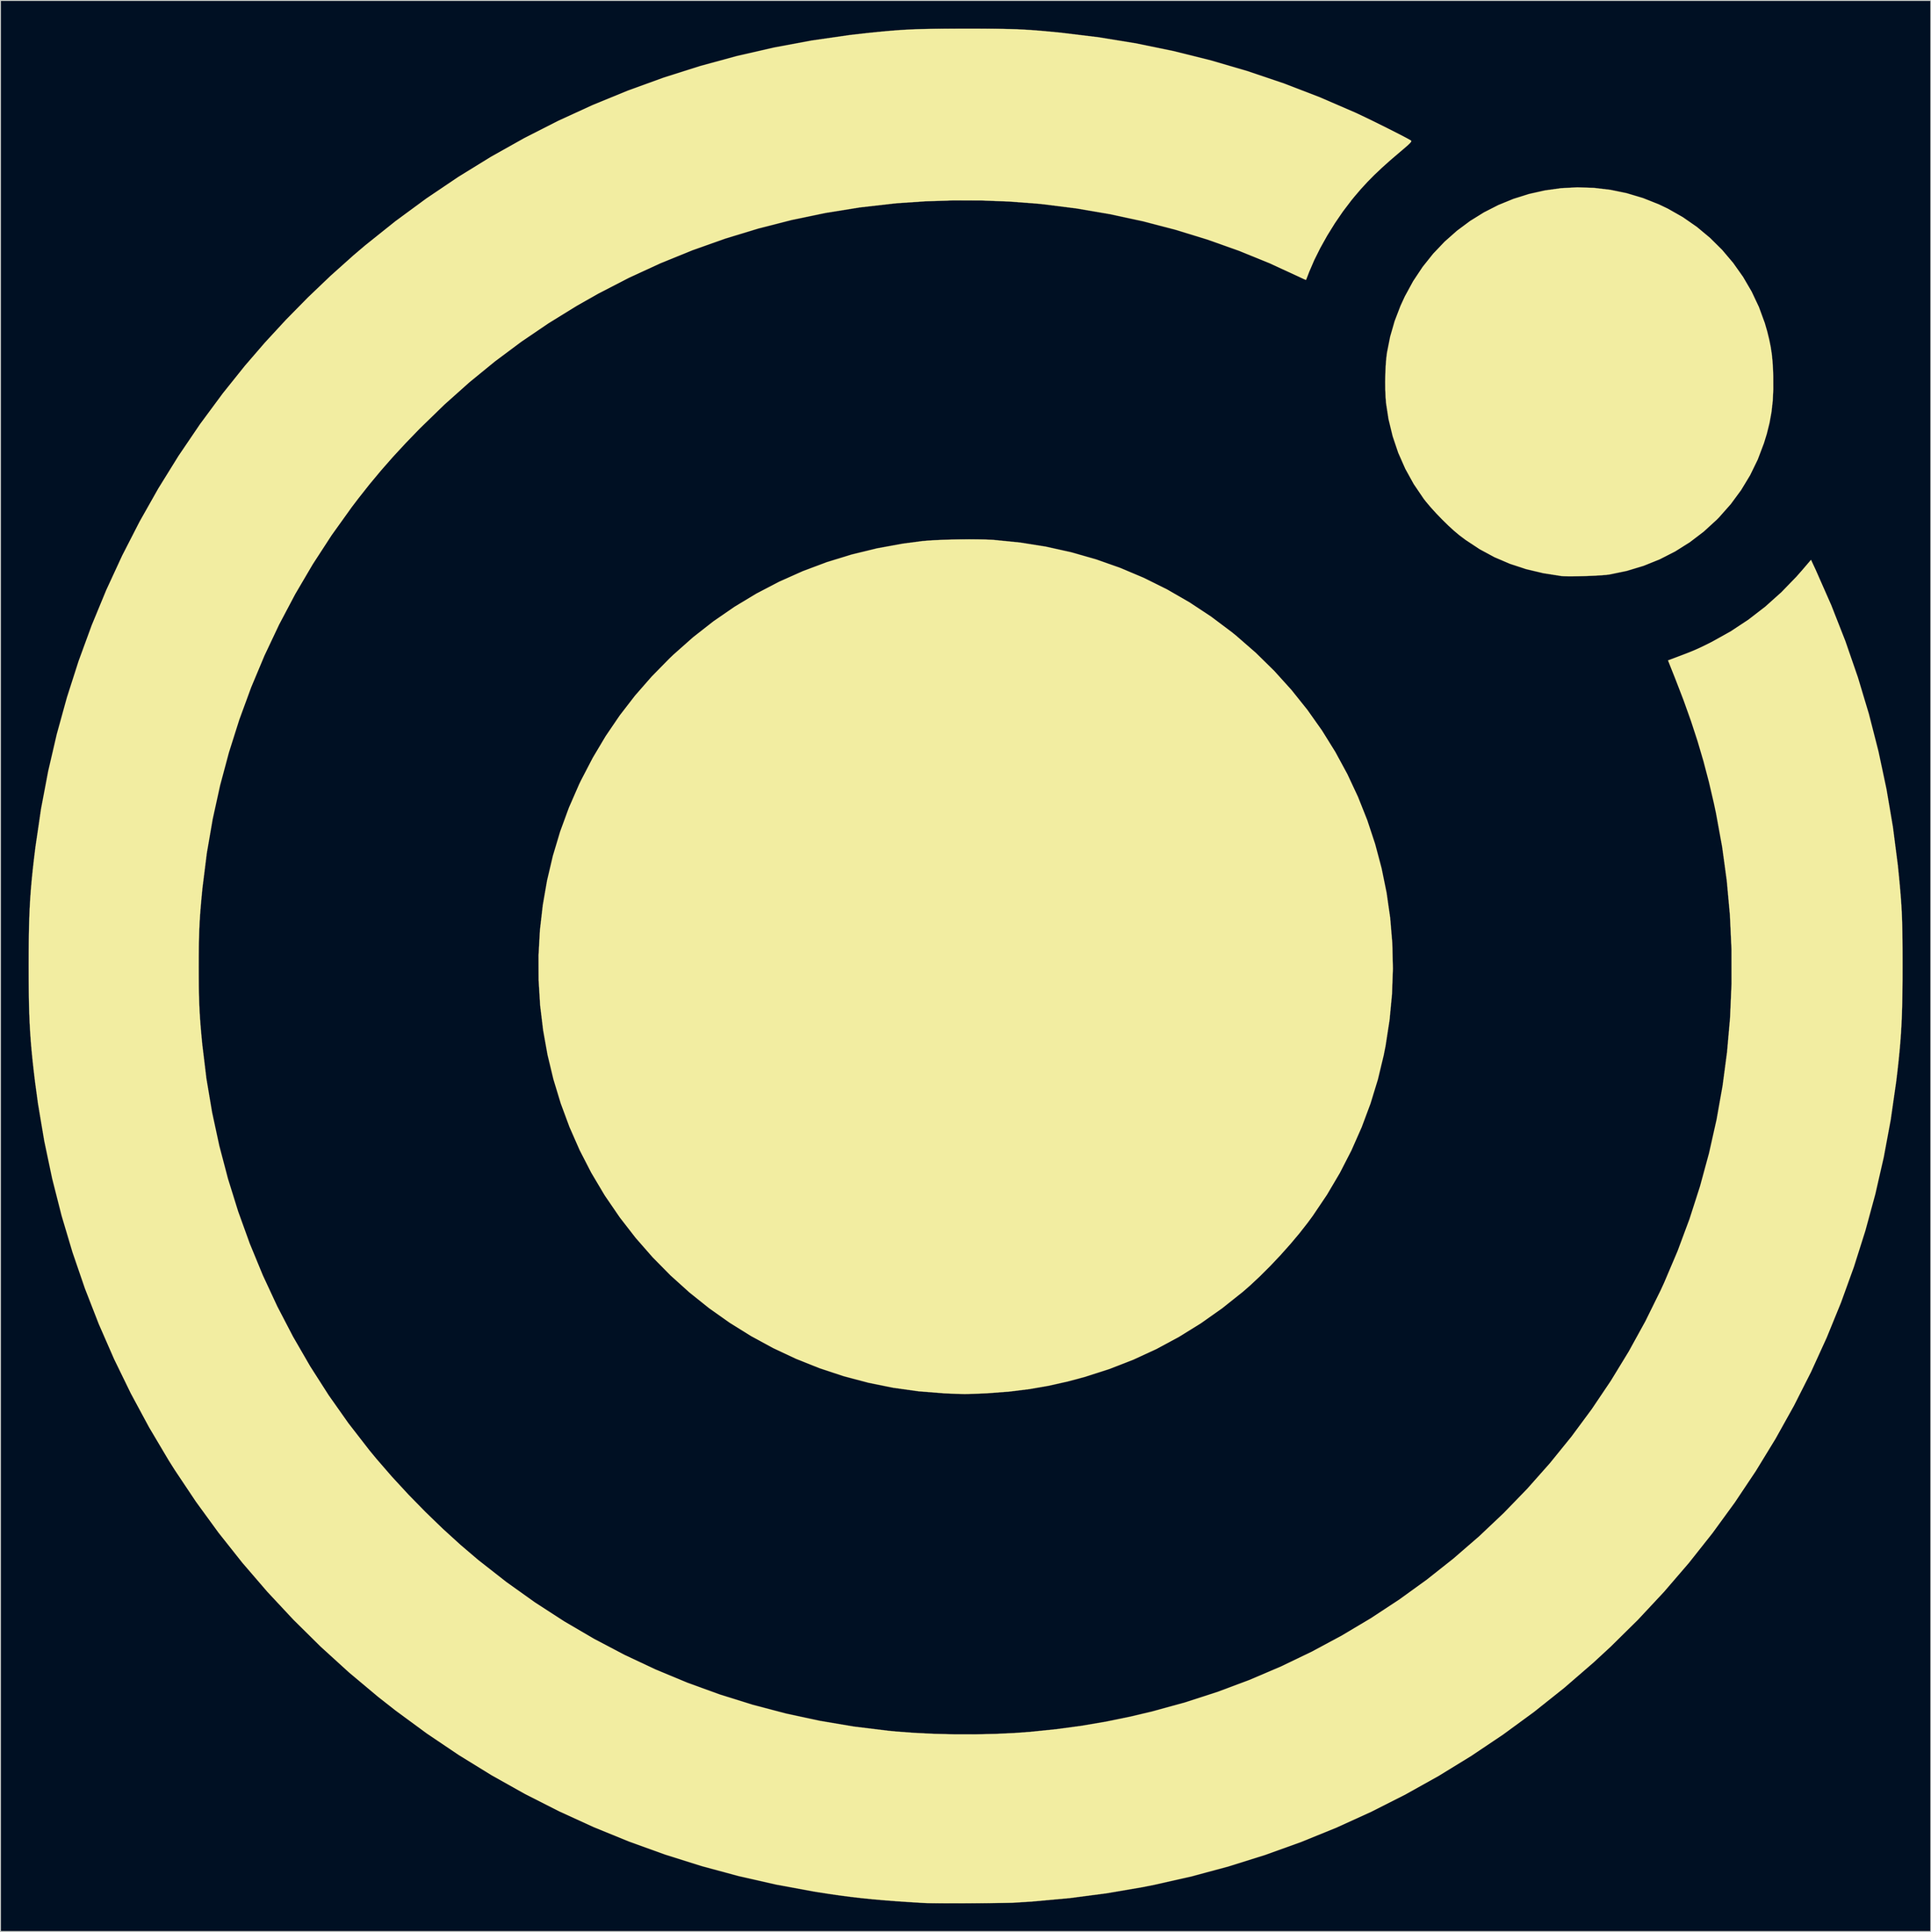
<source format=kicad_pcb>
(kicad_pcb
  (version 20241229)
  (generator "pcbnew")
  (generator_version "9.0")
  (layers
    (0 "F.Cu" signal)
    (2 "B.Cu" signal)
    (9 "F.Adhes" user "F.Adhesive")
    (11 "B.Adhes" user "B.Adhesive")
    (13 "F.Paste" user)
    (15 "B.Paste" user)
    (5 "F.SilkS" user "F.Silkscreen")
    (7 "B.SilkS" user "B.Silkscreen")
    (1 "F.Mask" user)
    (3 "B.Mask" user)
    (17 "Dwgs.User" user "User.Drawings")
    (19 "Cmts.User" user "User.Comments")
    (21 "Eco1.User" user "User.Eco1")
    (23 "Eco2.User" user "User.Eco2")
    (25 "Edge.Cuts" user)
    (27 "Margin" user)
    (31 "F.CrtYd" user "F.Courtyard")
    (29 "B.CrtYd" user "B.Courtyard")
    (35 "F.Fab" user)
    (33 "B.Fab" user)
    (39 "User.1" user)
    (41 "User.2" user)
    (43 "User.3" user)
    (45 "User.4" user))
  (footprint "ionic_20x20_F"
    (layer "F.Cu")
    (at 99.869 99.867)
    (property "Reference" "ionic_20x20_F" (at 0 0 0) (layer "F.SilkS") (effects (font (size 1.524 1.524) (thickness 0.3))))
    (attr through_hole)
    (fp_poly (pts (xy 66.952 -82.9) (xy 68.706 -82.694) (xy 70.454 -82.333) (xy 72.187 -81.816) (xy 73.894 -81.139) (xy 74.859 -80.677) (xy 76.449 -79.773) (xy 77.948 -78.732) (xy 79.347 -77.566) (xy 80.638 -76.285) (xy 81.812 -74.898) (xy 82.862 -73.416) (xy 83.778 -71.85) (xy 84.553 -70.208) (xy 85.179 -68.503) (xy 85.437 -67.613) (xy 85.648 -66.759) (xy 85.81 -65.966) (xy 85.929 -65.185) (xy 86.01 -64.368) (xy 86.062 -63.463) (xy 86.083 -62.796) (xy 86.087 -61.429) (xy 86.026 -60.178) (xy 85.894 -59) (xy 85.685 -57.85) (xy 85.394 -56.687) (xy 85.088 -55.69) (xy 84.426 -53.945) (xy 83.614 -52.28) (xy 82.656 -50.697) (xy 81.552 -49.2) (xy 80.306 -47.793) (xy 80.055 -47.538) (xy 78.673 -46.274) (xy 77.193 -45.146) (xy 75.624 -44.159) (xy 73.974 -43.318) (xy 72.252 -42.625) (xy 70.466 -42.086) (xy 68.625 -41.704) (xy 68.58 -41.697) (xy 68.248 -41.657) (xy 67.788 -41.62) (xy 67.233 -41.586) (xy 66.617 -41.557) (xy 65.972 -41.534) (xy 65.332 -41.518) (xy 64.731 -41.509) (xy 64.201 -41.509) (xy 63.775 -41.52) (xy 63.5 -41.539) (xy 61.572 -41.841) (xy 59.746 -42.274) (xy 58.014 -42.843) (xy 56.365 -43.549) (xy 54.792 -44.398) (xy 53.285 -45.393) (xy 52.62 -45.893) (xy 52.066 -46.357) (xy 51.449 -46.921) (xy 50.805 -47.551) (xy 50.17 -48.209) (xy 49.578 -48.86) (xy 49.066 -49.467) (xy 48.82 -49.784) (xy 47.77 -51.332) (xy 46.869 -52.961) (xy 46.117 -54.663) (xy 45.52 -56.431) (xy 45.078 -58.257) (xy 44.821 -59.913) (xy 44.763 -60.592) (xy 44.73 -61.382) (xy 44.722 -62.237) (xy 44.737 -63.109) (xy 44.775 -63.95) (xy 44.835 -64.715) (xy 44.911 -65.32) (xy 45.253 -67.044) (xy 45.73 -68.7) (xy 46.353 -70.325) (xy 46.817 -71.332) (xy 47.705 -72.961) (xy 48.715 -74.479) (xy 49.836 -75.883) (xy 51.06 -77.169) (xy 52.378 -78.334) (xy 53.78 -79.376) (xy 55.258 -80.292) (xy 56.802 -81.078) (xy 58.404 -81.731) (xy 60.053 -82.248) (xy 61.742 -82.627) (xy 63.461 -82.864) (xy 65.201 -82.956) (xy 66.952 -82.9)) (stroke (width 0.01) (type solid)) (fill yes) (layer "F.SilkS"))
    (fp_poly (pts (xy 1.246 -45.447) (xy 2.064 -45.431) (xy 2.769 -45.403) (xy 3.006 -45.388) (xy 5.803 -45.11) (xy 8.554 -44.671) (xy 11.255 -44.072) (xy 13.9 -43.316) (xy 16.486 -42.404) (xy 19.007 -41.338) (xy 21.46 -40.12) (xy 23.839 -38.751) (xy 26.14 -37.234) (xy 28.359 -35.57) (xy 28.834 -35.186) (xy 30.931 -33.359) (xy 32.897 -31.429) (xy 34.73 -29.401) (xy 36.427 -27.281) (xy 37.987 -25.077) (xy 39.407 -22.793) (xy 40.686 -20.437) (xy 41.82 -18.014) (xy 42.808 -15.531) (xy 43.647 -12.994) (xy 44.336 -10.408) (xy 44.872 -7.78) (xy 45.254 -5.117) (xy 45.478 -2.424) (xy 45.543 0.292) (xy 45.446 3.026) (xy 45.186 5.77) (xy 44.76 8.52) (xy 44.562 9.525) (xy 43.94 12.108) (xy 43.156 14.667) (xy 42.214 17.189) (xy 41.122 19.659) (xy 39.886 22.065) (xy 38.511 24.392) (xy 37.004 26.628) (xy 36.46 27.368) (xy 35.577 28.496) (xy 34.597 29.661) (xy 33.551 30.832) (xy 32.469 31.977) (xy 31.382 33.061) (xy 30.321 34.054) (xy 29.549 34.728) (xy 27.339 36.486) (xy 25.071 38.086) (xy 22.741 39.53) (xy 20.345 40.821) (xy 17.876 41.96) (xy 15.33 42.951) (xy 12.703 43.796) (xy 10.9 44.28) (xy 8.844 44.74) (xy 6.792 45.097) (xy 4.697 45.356) (xy 2.513 45.524) (xy 2.032 45.548) (xy 1.36 45.579) (xy 0.809 45.601) (xy 0.336 45.614) (xy -0.099 45.618) (xy -0.538 45.613) (xy -1.022 45.599) (xy -1.592 45.575) (xy -2.286 45.543) (xy -5.022 45.328) (xy -7.723 44.95) (xy -10.382 44.412) (xy -12.995 43.718) (xy -15.554 42.872) (xy -18.053 41.876) (xy -20.486 40.736) (xy -22.848 39.453) (xy -25.132 38.033) (xy -27.331 36.478) (xy -29.44 34.791) (xy -31.453 32.978) (xy -33.363 31.04) (xy -35.164 28.983) (xy -36.851 26.809) (xy -38.417 24.521) (xy -38.504 24.384) (xy -39.893 22.047) (xy -41.131 19.641) (xy -42.216 17.175) (xy -43.149 14.656) (xy -43.929 12.091) (xy -44.555 9.49) (xy -45.027 6.859) (xy -45.346 4.207) (xy -45.509 1.541) (xy -45.517 -1.131) (xy -45.37 -3.801) (xy -45.066 -6.462) (xy -44.606 -9.105) (xy -43.989 -11.723) (xy -43.215 -14.307) (xy -42.283 -16.851) (xy -41.192 -19.347) (xy -41.009 -19.727) (xy -39.741 -22.166) (xy -38.362 -24.482) (xy -36.862 -26.687) (xy -35.233 -28.796) (xy -33.465 -30.819) (xy -31.548 -32.771) (xy -31.124 -33.175) (xy -29.048 -35.014) (xy -26.88 -36.712) (xy -24.624 -38.266) (xy -22.284 -39.676) (xy -19.863 -40.938) (xy -17.366 -42.053) (xy -14.795 -43.017) (xy -12.154 -43.829) (xy -9.448 -44.489) (xy -6.68 -44.993) (xy -4.657 -45.258) (xy -4.04 -45.313) (xy -3.289 -45.36) (xy -2.439 -45.398) (xy -1.526 -45.426) (xy -0.583 -45.444) (xy 0.352 -45.452) (xy 1.246 -45.447)) (stroke (width 0.01) (type solid)) (fill yes) (layer "F.SilkS"))
    (fp_poly (pts (xy 1.138 -99.862) (xy 2.215 -99.858) (xy 3.169 -99.851) (xy 4.021 -99.838) (xy 4.797 -99.82) (xy 5.517 -99.796) (xy 6.206 -99.763) (xy 6.887 -99.722) (xy 7.581 -99.671) (xy 8.313 -99.61) (xy 9.105 -99.537) (xy 9.979 -99.452) (xy 10.134 -99.436) (xy 14.169 -98.948) (xy 18.182 -98.293) (xy 22.167 -97.473) (xy 26.118 -96.489) (xy 30.029 -95.344) (xy 33.892 -94.039) (xy 37.702 -92.575) (xy 41.452 -90.956) (xy 41.614 -90.882) (xy 42.071 -90.668) (xy 42.601 -90.416) (xy 43.182 -90.135) (xy 43.795 -89.834) (xy 44.42 -89.525) (xy 45.037 -89.216) (xy 45.627 -88.919) (xy 46.169 -88.642) (xy 46.644 -88.396) (xy 47.032 -88.191) (xy 47.313 -88.037) (xy 47.467 -87.943) (xy 47.485 -87.928) (xy 47.506 -87.874) (xy 47.468 -87.789) (xy 47.358 -87.659) (xy 47.162 -87.469) (xy 46.865 -87.207) (xy 46.455 -86.857) (xy 46.303 -86.729) (xy 45.28 -85.855) (xy 44.376 -85.046) (xy 43.565 -84.278) (xy 42.824 -83.528) (xy 42.127 -82.77) (xy 41.451 -81.98) (xy 41.098 -81.547) (xy 40.209 -80.376) (xy 39.349 -79.118) (xy 38.539 -77.811) (xy 37.8 -76.489) (xy 37.153 -75.19) (xy 36.62 -73.95) (xy 36.568 -73.814) (xy 36.446 -73.499) (xy 36.35 -73.252) (xy 36.291 -73.109) (xy 36.282 -73.088) (xy 36.204 -73.113) (xy 36.008 -73.199) (xy 35.73 -73.329) (xy 35.553 -73.415) (xy 32.391 -74.872) (xy 29.132 -76.196) (xy 25.791 -77.384) (xy 22.38 -78.432) (xy 18.913 -79.336) (xy 15.404 -80.093) (xy 11.867 -80.699) (xy 8.314 -81.149) (xy 7.493 -81.231) (xy 4.625 -81.444) (xy 1.67 -81.554) (xy -1.327 -81.561) (xy -4.317 -81.465) (xy -7.254 -81.266) (xy -7.62 -81.233) (xy -11.288 -80.813) (xy -14.928 -80.227) (xy -18.535 -79.477) (xy -22.102 -78.564) (xy -25.625 -77.491) (xy -29.097 -76.259) (xy -32.512 -74.87) (xy -35.866 -73.327) (xy -39.152 -71.63) (xy -41.439 -70.334) (xy -44.454 -68.474) (xy -47.358 -66.502) (xy -50.166 -64.408) (xy -52.891 -62.182) (xy -55.545 -59.813) (xy -58.142 -57.291) (xy -58.21 -57.222) (xy -59.673 -55.71) (xy -61.024 -54.25) (xy -62.295 -52.803) (xy -63.52 -51.334) (xy -64.729 -49.803) (xy -65.42 -48.895) (xy -67.574 -45.889) (xy -69.584 -42.797) (xy -71.449 -39.624) (xy -73.167 -36.376) (xy -74.735 -33.059) (xy -76.152 -29.678) (xy -77.414 -26.24) (xy -78.519 -22.75) (xy -79.466 -19.214) (xy -80.252 -15.637) (xy -80.875 -12.025) (xy -81.332 -8.385) (xy -81.358 -8.128) (xy -81.454 -7.128) (xy -81.533 -6.228) (xy -81.597 -5.394) (xy -81.646 -4.593) (xy -81.683 -3.79) (xy -81.709 -2.953) (xy -81.726 -2.047) (xy -81.735 -1.04) (xy -81.738 0.102) (xy -81.738 0.127) (xy -81.735 1.261) (xy -81.727 2.26) (xy -81.711 3.158) (xy -81.685 3.987) (xy -81.649 4.783) (xy -81.601 5.579) (xy -81.539 6.409) (xy -81.461 7.306) (xy -81.367 8.306) (xy -81.359 8.382) (xy -80.921 11.999) (xy -80.317 15.592) (xy -79.55 19.154) (xy -78.623 22.679) (xy -77.539 26.16) (xy -76.3 29.59) (xy -74.91 32.963) (xy -73.371 36.271) (xy -71.686 39.509) (xy -69.858 42.67) (xy -67.89 45.746) (xy -65.784 48.732) (xy -63.543 51.62) (xy -62.787 52.536) (xy -61.144 54.431) (xy -59.394 56.326) (xy -57.571 58.19) (xy -55.707 59.991) (xy -53.832 61.696) (xy -51.979 63.275) (xy -51.901 63.339) (xy -48.948 65.65) (xy -45.914 67.815) (xy -42.802 69.831) (xy -39.614 71.697) (xy -36.356 73.412) (xy -33.031 74.975) (xy -29.643 76.383) (xy -26.195 77.635) (xy -22.69 78.73) (xy -19.134 79.666) (xy -15.529 80.441) (xy -11.88 81.054) (xy -8.189 81.504) (xy -7.493 81.57) (xy -5.464 81.723) (xy -3.334 81.826) (xy -1.149 81.878) (xy 1.047 81.88) (xy 3.208 81.832) (xy 5.289 81.733) (xy 6.9 81.614) (xy 9.664 81.332) (xy 12.328 80.974) (xy 14.947 80.53) (xy 17.575 79.99) (xy 19.842 79.454) (xy 23.385 78.481) (xy 26.867 77.353) (xy 30.284 76.073) (xy 33.63 74.644) (xy 36.902 73.07) (xy 40.095 71.355) (xy 43.205 69.503) (xy 46.227 67.516) (xy 49.158 65.399) (xy 51.992 63.156) (xy 54.726 60.789) (xy 57.355 58.303) (xy 59.875 55.702) (xy 62.281 52.988) (xy 64.569 50.166) (xy 66.735 47.239) (xy 68.775 44.21) (xy 70.683 41.085) (xy 72.456 37.865) (xy 74.089 34.555) (xy 74.453 33.762) (xy 75.885 30.395) (xy 77.161 26.968) (xy 78.279 23.49) (xy 79.238 19.967) (xy 80.039 16.404) (xy 80.68 12.809) (xy 81.16 9.189) (xy 81.48 5.55) (xy 81.637 1.899) (xy 81.633 -1.758) (xy 81.465 -5.415) (xy 81.133 -9.063) (xy 80.637 -12.697) (xy 79.976 -16.311) (xy 79.753 -17.357) (xy 79.227 -19.608) (xy 78.655 -21.784) (xy 78.025 -23.926) (xy 77.324 -26.074) (xy 76.54 -28.271) (xy 75.69 -30.478) (xy 74.867 -32.551) (xy 76.02 -32.985) (xy 76.683 -33.236) (xy 77.231 -33.452) (xy 77.709 -33.65) (xy 78.161 -33.851) (xy 78.633 -34.074) (xy 79.168 -34.339) (xy 79.587 -34.551) (xy 81.552 -35.646) (xy 83.435 -36.889) (xy 85.233 -38.276) (xy 86.943 -39.807) (xy 88.563 -41.478) (xy 89.187 -42.188) (xy 90.108 -43.266) (xy 90.611 -42.186) (xy 92.267 -38.43) (xy 93.765 -34.617) (xy 95.102 -30.75) (xy 96.279 -26.832) (xy 97.294 -22.865) (xy 98.147 -18.855) (xy 98.837 -14.803) (xy 99.362 -10.713) (xy 99.479 -9.567) (xy 99.561 -8.701) (xy 99.63 -7.917) (xy 99.688 -7.19) (xy 99.736 -6.498) (xy 99.775 -5.815) (xy 99.805 -5.118) (xy 99.828 -4.383) (xy 99.844 -3.587) (xy 99.855 -2.705) (xy 99.861 -1.714) (xy 99.864 -0.589) (xy 99.864 0.042) (xy 99.861 1.487) (xy 99.85 2.789) (xy 99.83 3.975) (xy 99.8 5.071) (xy 99.758 6.104) (xy 99.702 7.1) (xy 99.631 8.085) (xy 99.544 9.087) (xy 99.44 10.131) (xy 99.316 11.245) (xy 99.182 12.361) (xy 98.604 16.388) (xy 97.862 20.377) (xy 96.959 24.324) (xy 95.897 28.225) (xy 94.678 32.074) (xy 93.306 35.866) (xy 91.782 39.599) (xy 90.11 43.265) (xy 88.29 46.861) (xy 86.327 50.382) (xy 84.223 53.824) (xy 81.979 57.181) (xy 79.598 60.448) (xy 77.084 63.622) (xy 74.437 66.698) (xy 71.662 69.669) (xy 68.759 72.533) (xy 66.921 74.231) (xy 63.796 76.933) (xy 60.578 79.494) (xy 57.27 81.914) (xy 53.875 84.191) (xy 50.398 86.323) (xy 46.842 88.307) (xy 43.211 90.143) (xy 39.508 91.828) (xy 35.737 93.36) (xy 31.903 94.738) (xy 28.008 95.96) (xy 24.056 97.024) (xy 20.051 97.927) (xy 18.838 98.167) (xy 15.003 98.821) (xy 11.086 99.331) (xy 7.097 99.695) (xy 5.249 99.812) (xy 4.934 99.825) (xy 4.476 99.836) (xy 3.899 99.847) (xy 3.223 99.856) (xy 2.472 99.864) (xy 1.666 99.87) (xy 0.827 99.875) (xy -0.021 99.879) (xy -0.858 99.881) (xy -1.662 99.881) (xy -2.409 99.879) (xy -3.08 99.875) (xy -3.651 99.87) (xy -4.1 99.862) (xy -4.406 99.852) (xy -4.445 99.85) (xy -6.005 99.755) (xy -7.424 99.659) (xy -8.729 99.558) (xy -9.948 99.45) (xy -11.108 99.332) (xy -12.239 99.201) (xy -13.366 99.055) (xy -14.519 98.889) (xy -15.724 98.702) (xy -16.129 98.637) (xy -20.182 97.891) (xy -24.183 96.984) (xy -28.131 95.917) (xy -32.022 94.692) (xy -35.854 93.31) (xy -39.623 91.772) (xy -43.325 90.079) (xy -46.96 88.234) (xy -50.522 86.237) (xy -54.01 84.089) (xy -57.42 81.792) (xy -60.749 79.347) (xy -62.611 77.887) (xy -65.725 75.278) (xy -68.736 72.538) (xy -71.637 69.672) (xy -74.423 66.689) (xy -77.088 63.594) (xy -79.625 60.394) (xy -82.029 57.095) (xy -84.294 53.706) (xy -84.94 52.681) (xy -87.027 49.163) (xy -88.965 45.569) (xy -90.752 41.902) (xy -92.386 38.167) (xy -93.865 34.372) (xy -95.187 30.52) (xy -96.351 26.616) (xy -97.354 22.668) (xy -98.195 18.678) (xy -98.872 14.654) (xy -99.181 12.361) (xy -99.324 11.171) (xy -99.446 10.072) (xy -99.549 9.039) (xy -99.635 8.045) (xy -99.704 7.064) (xy -99.759 6.07) (xy -99.801 5.038) (xy -99.831 3.941) (xy -99.85 2.752) (xy -99.861 1.447) (xy -99.864 0) (xy -99.861 -1.464) (xy -99.85 -2.785) (xy -99.829 -3.989) (xy -99.798 -5.103) (xy -99.755 -6.152) (xy -99.698 -7.164) (xy -99.625 -8.164) (xy -99.536 -9.178) (xy -99.428 -10.233) (xy -99.301 -11.355) (xy -99.152 -12.571) (xy -99.138 -12.686) (xy -98.543 -16.73) (xy -97.783 -20.735) (xy -96.862 -24.699) (xy -95.78 -28.615) (xy -94.54 -32.48) (xy -93.144 -36.29) (xy -91.594 -40.039) (xy -89.892 -43.723) (xy -88.039 -47.337) (xy -86.038 -50.878) (xy -83.89 -54.341) (xy -81.598 -57.72) (xy -79.164 -61.012) (xy -76.804 -63.955) (xy -74.687 -66.407) (xy -72.44 -68.841) (xy -70.095 -71.225) (xy -67.686 -73.525) (xy -65.246 -75.708) (xy -63.986 -76.778) (xy -60.767 -79.351) (xy -57.459 -81.781) (xy -54.067 -84.067) (xy -50.594 -86.207) (xy -47.044 -88.199) (xy -43.423 -90.041) (xy -39.733 -91.732) (xy -35.979 -93.27) (xy -32.165 -94.653) (xy -28.295 -95.88) (xy -24.374 -96.948) (xy -20.404 -97.856) (xy -16.392 -98.603) (xy -12.339 -99.186) (xy -10.541 -99.391) (xy -9.603 -99.487) (xy -8.755 -99.57) (xy -7.974 -99.639) (xy -7.236 -99.697) (xy -6.516 -99.744) (xy -5.792 -99.781) (xy -5.04 -99.81) (xy -4.235 -99.831) (xy -3.355 -99.846) (xy -2.376 -99.855) (xy -1.274 -99.86) (xy -0.085 -99.862) (xy 1.138 -99.862)) (stroke (width 0.01) (type solid)) (fill yes) (layer "F.SilkS")))
  (gr_rect
    (start -3 -3)
    (end 202.739 202.753)
    (stroke (width 0.1) (type default))
    (fill no)
    (layer "Edge.Cuts")))
</source>
